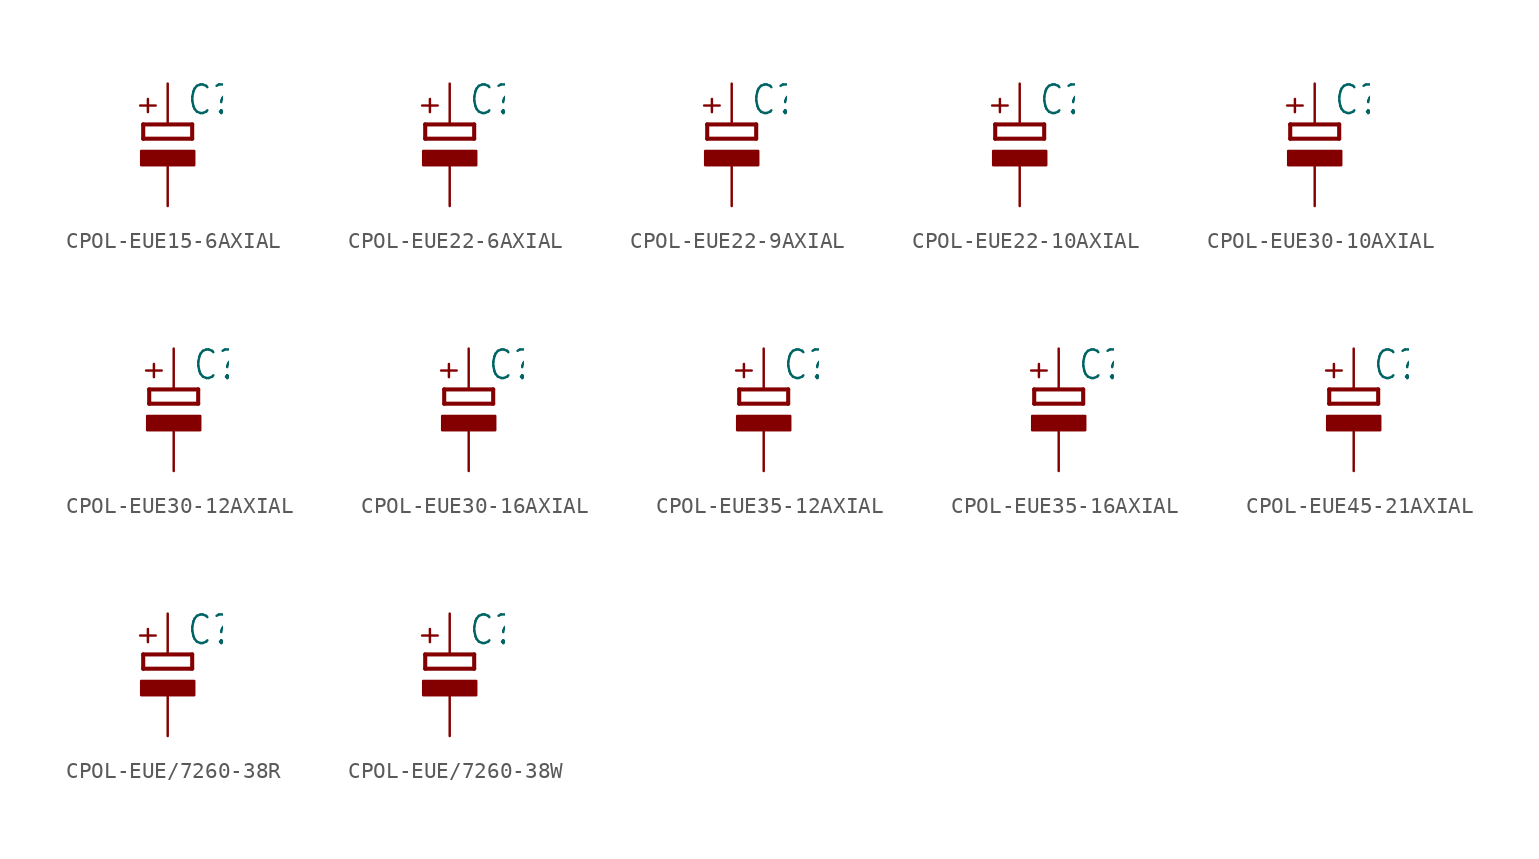
<source format=kicad_sym>
(kicad_symbol_lib
  (version 20231120)
  (generator "kicad_symbol_editor")
  (generator_version "8.99")
  (symbol "CPOL-EUE15-6AXIAL"
    (property "Reference" "C"
      (at 1.143 0.483 0)
      (effects (font (size 1.778 1.511)) (justify left bottom)))
    (property "Value" ""
      (at 1.143 -4.597 0)
      (effects (font (size 1.778 1.511)) (justify left bottom)))
    (property "ki_locked" ""
      (at 0 0 0)
      (effects (font (size 1.27 1.27))))
    (symbol "CPOL-EUE15-6AXIAL_1_0"
      (rectangle (start -1.651 -2.54) (end 1.651 -1.651) (stroke (width 0) (type default)) (fill (type outline)))
      (polyline (pts (xy -1.524 0) (xy 1.524 0)) (stroke (width 0.254) (type solid)) (fill (type none)))
      (polyline (pts (xy -1.524 0) (xy -1.524 -0.889)) (stroke (width 0.254) (type solid)) (fill (type none)))
      (polyline (pts (xy -1.524 -0.889) (xy 1.524 -0.889)) (stroke (width 0.254) (type solid)) (fill (type none)))
      (polyline (pts (xy 1.524 -0.889) (xy 1.524 0)) (stroke (width 0.254) (type solid)) (fill (type none)))
      (text "+" (at -0.584 0.406 900) (effects (font (size 1.27 1.079)) (justify left bottom)))
      (pin passive line (at 0 2.54 270) (length 2.54) (name "+" (effects (font (size 0 0)))) (number "+" (effects (font (size 0 0)))))
      (pin passive line (at 0 -5.08 90) (length 2.54) (name "-" (effects (font (size 0 0)))) (number "-" (effects (font (size 0 0)))))))
  (symbol "CPOL-EUE22-6AXIAL"
    (property "Reference" "C"
      (at 1.143 0.483 0)
      (effects (font (size 1.778 1.511)) (justify left bottom)))
    (property "Value" ""
      (at 1.143 -4.597 0)
      (effects (font (size 1.778 1.511)) (justify left bottom)))
    (property "ki_locked" ""
      (at 0 0 0)
      (effects (font (size 1.27 1.27))))
    (symbol "CPOL-EUE22-6AXIAL_1_0"
      (rectangle (start -1.651 -2.54) (end 1.651 -1.651) (stroke (width 0) (type default)) (fill (type outline)))
      (polyline (pts (xy -1.524 0) (xy 1.524 0)) (stroke (width 0.254) (type solid)) (fill (type none)))
      (polyline (pts (xy -1.524 0) (xy -1.524 -0.889)) (stroke (width 0.254) (type solid)) (fill (type none)))
      (polyline (pts (xy -1.524 -0.889) (xy 1.524 -0.889)) (stroke (width 0.254) (type solid)) (fill (type none)))
      (polyline (pts (xy 1.524 -0.889) (xy 1.524 0)) (stroke (width 0.254) (type solid)) (fill (type none)))
      (text "+" (at -0.584 0.406 900) (effects (font (size 1.27 1.079)) (justify left bottom)))
      (pin passive line (at 0 2.54 270) (length 2.54) (name "+" (effects (font (size 0 0)))) (number "+" (effects (font (size 0 0)))))
      (pin passive line (at 0 -5.08 90) (length 2.54) (name "-" (effects (font (size 0 0)))) (number "-" (effects (font (size 0 0)))))))
  (symbol "CPOL-EUE22-9AXIAL"
    (property "Reference" "C"
      (at 1.143 0.483 0)
      (effects (font (size 1.778 1.511)) (justify left bottom)))
    (property "Value" ""
      (at 1.143 -4.597 0)
      (effects (font (size 1.778 1.511)) (justify left bottom)))
    (property "ki_locked" ""
      (at 0 0 0)
      (effects (font (size 1.27 1.27))))
    (symbol "CPOL-EUE22-9AXIAL_1_0"
      (rectangle (start -1.651 -2.54) (end 1.651 -1.651) (stroke (width 0) (type default)) (fill (type outline)))
      (polyline (pts (xy -1.524 0) (xy 1.524 0)) (stroke (width 0.254) (type solid)) (fill (type none)))
      (polyline (pts (xy -1.524 0) (xy -1.524 -0.889)) (stroke (width 0.254) (type solid)) (fill (type none)))
      (polyline (pts (xy -1.524 -0.889) (xy 1.524 -0.889)) (stroke (width 0.254) (type solid)) (fill (type none)))
      (polyline (pts (xy 1.524 -0.889) (xy 1.524 0)) (stroke (width 0.254) (type solid)) (fill (type none)))
      (text "+" (at -0.584 0.406 900) (effects (font (size 1.27 1.079)) (justify left bottom)))
      (pin passive line (at 0 2.54 270) (length 2.54) (name "+" (effects (font (size 0 0)))) (number "+" (effects (font (size 0 0)))))
      (pin passive line (at 0 -5.08 90) (length 2.54) (name "-" (effects (font (size 0 0)))) (number "-" (effects (font (size 0 0)))))))
  (symbol "CPOL-EUE22-10AXIAL"
    (property "Reference" "C"
      (at 1.143 0.483 0)
      (effects (font (size 1.778 1.511)) (justify left bottom)))
    (property "Value" ""
      (at 1.143 -4.597 0)
      (effects (font (size 1.778 1.511)) (justify left bottom)))
    (property "ki_locked" ""
      (at 0 0 0)
      (effects (font (size 1.27 1.27))))
    (symbol "CPOL-EUE22-10AXIAL_1_0"
      (rectangle (start -1.651 -2.54) (end 1.651 -1.651) (stroke (width 0) (type default)) (fill (type outline)))
      (polyline (pts (xy -1.524 0) (xy 1.524 0)) (stroke (width 0.254) (type solid)) (fill (type none)))
      (polyline (pts (xy -1.524 0) (xy -1.524 -0.889)) (stroke (width 0.254) (type solid)) (fill (type none)))
      (polyline (pts (xy -1.524 -0.889) (xy 1.524 -0.889)) (stroke (width 0.254) (type solid)) (fill (type none)))
      (polyline (pts (xy 1.524 -0.889) (xy 1.524 0)) (stroke (width 0.254) (type solid)) (fill (type none)))
      (text "+" (at -0.584 0.406 900) (effects (font (size 1.27 1.079)) (justify left bottom)))
      (pin passive line (at 0 2.54 270) (length 2.54) (name "+" (effects (font (size 0 0)))) (number "+" (effects (font (size 0 0)))))
      (pin passive line (at 0 -5.08 90) (length 2.54) (name "-" (effects (font (size 0 0)))) (number "-" (effects (font (size 0 0)))))))
  (symbol "CPOL-EUE30-10AXIAL"
    (property "Reference" "C"
      (at 1.143 0.483 0)
      (effects (font (size 1.778 1.511)) (justify left bottom)))
    (property "Value" ""
      (at 1.143 -4.597 0)
      (effects (font (size 1.778 1.511)) (justify left bottom)))
    (property "ki_locked" ""
      (at 0 0 0)
      (effects (font (size 1.27 1.27))))
    (symbol "CPOL-EUE30-10AXIAL_1_0"
      (rectangle (start -1.651 -2.54) (end 1.651 -1.651) (stroke (width 0) (type default)) (fill (type outline)))
      (polyline (pts (xy -1.524 0) (xy 1.524 0)) (stroke (width 0.254) (type solid)) (fill (type none)))
      (polyline (pts (xy -1.524 0) (xy -1.524 -0.889)) (stroke (width 0.254) (type solid)) (fill (type none)))
      (polyline (pts (xy -1.524 -0.889) (xy 1.524 -0.889)) (stroke (width 0.254) (type solid)) (fill (type none)))
      (polyline (pts (xy 1.524 -0.889) (xy 1.524 0)) (stroke (width 0.254) (type solid)) (fill (type none)))
      (text "+" (at -0.584 0.406 900) (effects (font (size 1.27 1.079)) (justify left bottom)))
      (pin passive line (at 0 2.54 270) (length 2.54) (name "+" (effects (font (size 0 0)))) (number "+" (effects (font (size 0 0)))))
      (pin passive line (at 0 -5.08 90) (length 2.54) (name "-" (effects (font (size 0 0)))) (number "-" (effects (font (size 0 0)))))))
  (symbol "CPOL-EUE30-12AXIAL"
    (property "Reference" "C"
      (at 1.143 0.483 0)
      (effects (font (size 1.778 1.511)) (justify left bottom)))
    (property "Value" ""
      (at 1.143 -4.597 0)
      (effects (font (size 1.778 1.511)) (justify left bottom)))
    (property "ki_locked" ""
      (at 0 0 0)
      (effects (font (size 1.27 1.27))))
    (symbol "CPOL-EUE30-12AXIAL_1_0"
      (rectangle (start -1.651 -2.54) (end 1.651 -1.651) (stroke (width 0) (type default)) (fill (type outline)))
      (polyline (pts (xy -1.524 0) (xy 1.524 0)) (stroke (width 0.254) (type solid)) (fill (type none)))
      (polyline (pts (xy -1.524 0) (xy -1.524 -0.889)) (stroke (width 0.254) (type solid)) (fill (type none)))
      (polyline (pts (xy -1.524 -0.889) (xy 1.524 -0.889)) (stroke (width 0.254) (type solid)) (fill (type none)))
      (polyline (pts (xy 1.524 -0.889) (xy 1.524 0)) (stroke (width 0.254) (type solid)) (fill (type none)))
      (text "+" (at -0.584 0.406 900) (effects (font (size 1.27 1.079)) (justify left bottom)))
      (pin passive line (at 0 2.54 270) (length 2.54) (name "+" (effects (font (size 0 0)))) (number "+" (effects (font (size 0 0)))))
      (pin passive line (at 0 -5.08 90) (length 2.54) (name "-" (effects (font (size 0 0)))) (number "-" (effects (font (size 0 0)))))))
  (symbol "CPOL-EUE30-16AXIAL"
    (property "Reference" "C"
      (at 1.143 0.483 0)
      (effects (font (size 1.778 1.511)) (justify left bottom)))
    (property "Value" ""
      (at 1.143 -4.597 0)
      (effects (font (size 1.778 1.511)) (justify left bottom)))
    (property "ki_locked" ""
      (at 0 0 0)
      (effects (font (size 1.27 1.27))))
    (symbol "CPOL-EUE30-16AXIAL_1_0"
      (rectangle (start -1.651 -2.54) (end 1.651 -1.651) (stroke (width 0) (type default)) (fill (type outline)))
      (polyline (pts (xy -1.524 0) (xy 1.524 0)) (stroke (width 0.254) (type solid)) (fill (type none)))
      (polyline (pts (xy -1.524 0) (xy -1.524 -0.889)) (stroke (width 0.254) (type solid)) (fill (type none)))
      (polyline (pts (xy -1.524 -0.889) (xy 1.524 -0.889)) (stroke (width 0.254) (type solid)) (fill (type none)))
      (polyline (pts (xy 1.524 -0.889) (xy 1.524 0)) (stroke (width 0.254) (type solid)) (fill (type none)))
      (text "+" (at -0.584 0.406 900) (effects (font (size 1.27 1.079)) (justify left bottom)))
      (pin passive line (at 0 2.54 270) (length 2.54) (name "+" (effects (font (size 0 0)))) (number "+" (effects (font (size 0 0)))))
      (pin passive line (at 0 -5.08 90) (length 2.54) (name "-" (effects (font (size 0 0)))) (number "-" (effects (font (size 0 0)))))))
  (symbol "CPOL-EUE35-12AXIAL"
    (property "Reference" "C"
      (at 1.143 0.483 0)
      (effects (font (size 1.778 1.511)) (justify left bottom)))
    (property "Value" ""
      (at 1.143 -4.597 0)
      (effects (font (size 1.778 1.511)) (justify left bottom)))
    (property "ki_locked" ""
      (at 0 0 0)
      (effects (font (size 1.27 1.27))))
    (symbol "CPOL-EUE35-12AXIAL_1_0"
      (rectangle (start -1.651 -2.54) (end 1.651 -1.651) (stroke (width 0) (type default)) (fill (type outline)))
      (polyline (pts (xy -1.524 0) (xy 1.524 0)) (stroke (width 0.254) (type solid)) (fill (type none)))
      (polyline (pts (xy -1.524 0) (xy -1.524 -0.889)) (stroke (width 0.254) (type solid)) (fill (type none)))
      (polyline (pts (xy -1.524 -0.889) (xy 1.524 -0.889)) (stroke (width 0.254) (type solid)) (fill (type none)))
      (polyline (pts (xy 1.524 -0.889) (xy 1.524 0)) (stroke (width 0.254) (type solid)) (fill (type none)))
      (text "+" (at -0.584 0.406 900) (effects (font (size 1.27 1.079)) (justify left bottom)))
      (pin passive line (at 0 2.54 270) (length 2.54) (name "+" (effects (font (size 0 0)))) (number "+" (effects (font (size 0 0)))))
      (pin passive line (at 0 -5.08 90) (length 2.54) (name "-" (effects (font (size 0 0)))) (number "-" (effects (font (size 0 0)))))))
  (symbol "CPOL-EUE35-16AXIAL"
    (property "Reference" "C"
      (at 1.143 0.483 0)
      (effects (font (size 1.778 1.511)) (justify left bottom)))
    (property "Value" ""
      (at 1.143 -4.597 0)
      (effects (font (size 1.778 1.511)) (justify left bottom)))
    (property "ki_locked" ""
      (at 0 0 0)
      (effects (font (size 1.27 1.27))))
    (symbol "CPOL-EUE35-16AXIAL_1_0"
      (rectangle (start -1.651 -2.54) (end 1.651 -1.651) (stroke (width 0) (type default)) (fill (type outline)))
      (polyline (pts (xy -1.524 0) (xy 1.524 0)) (stroke (width 0.254) (type solid)) (fill (type none)))
      (polyline (pts (xy -1.524 0) (xy -1.524 -0.889)) (stroke (width 0.254) (type solid)) (fill (type none)))
      (polyline (pts (xy -1.524 -0.889) (xy 1.524 -0.889)) (stroke (width 0.254) (type solid)) (fill (type none)))
      (polyline (pts (xy 1.524 -0.889) (xy 1.524 0)) (stroke (width 0.254) (type solid)) (fill (type none)))
      (text "+" (at -0.584 0.406 900) (effects (font (size 1.27 1.079)) (justify left bottom)))
      (pin passive line (at 0 2.54 270) (length 2.54) (name "+" (effects (font (size 0 0)))) (number "+" (effects (font (size 0 0)))))
      (pin passive line (at 0 -5.08 90) (length 2.54) (name "-" (effects (font (size 0 0)))) (number "-" (effects (font (size 0 0)))))))
  (symbol "CPOL-EUE45-21AXIAL"
    (property "Reference" "C"
      (at 1.143 0.483 0)
      (effects (font (size 1.778 1.511)) (justify left bottom)))
    (property "Value" ""
      (at 1.143 -4.597 0)
      (effects (font (size 1.778 1.511)) (justify left bottom)))
    (property "ki_locked" ""
      (at 0 0 0)
      (effects (font (size 1.27 1.27))))
    (symbol "CPOL-EUE45-21AXIAL_1_0"
      (rectangle (start -1.651 -2.54) (end 1.651 -1.651) (stroke (width 0) (type default)) (fill (type outline)))
      (polyline (pts (xy -1.524 0) (xy 1.524 0)) (stroke (width 0.254) (type solid)) (fill (type none)))
      (polyline (pts (xy -1.524 0) (xy -1.524 -0.889)) (stroke (width 0.254) (type solid)) (fill (type none)))
      (polyline (pts (xy -1.524 -0.889) (xy 1.524 -0.889)) (stroke (width 0.254) (type solid)) (fill (type none)))
      (polyline (pts (xy 1.524 -0.889) (xy 1.524 0)) (stroke (width 0.254) (type solid)) (fill (type none)))
      (text "+" (at -0.584 0.406 900) (effects (font (size 1.27 1.079)) (justify left bottom)))
      (pin passive line (at 0 2.54 270) (length 2.54) (name "+" (effects (font (size 0 0)))) (number "+" (effects (font (size 0 0)))))
      (pin passive line (at 0 -5.08 90) (length 2.54) (name "-" (effects (font (size 0 0)))) (number "-" (effects (font (size 0 0)))))))
  (symbol "CPOL-EUE/7260-38R"
    (property "Reference" "C"
      (at 1.143 0.483 0)
      (effects (font (size 1.778 1.511)) (justify left bottom)))
    (property "Value" ""
      (at 1.143 -4.597 0)
      (effects (font (size 1.778 1.511)) (justify left bottom)))
    (property "ki_locked" ""
      (at 0 0 0)
      (effects (font (size 1.27 1.27))))
    (symbol "CPOL-EUE/7260-38R_1_0"
      (rectangle (start -1.651 -2.54) (end 1.651 -1.651) (stroke (width 0) (type default)) (fill (type outline)))
      (polyline (pts (xy -1.524 0) (xy 1.524 0)) (stroke (width 0.254) (type solid)) (fill (type none)))
      (polyline (pts (xy -1.524 0) (xy -1.524 -0.889)) (stroke (width 0.254) (type solid)) (fill (type none)))
      (polyline (pts (xy -1.524 -0.889) (xy 1.524 -0.889)) (stroke (width 0.254) (type solid)) (fill (type none)))
      (polyline (pts (xy 1.524 -0.889) (xy 1.524 0)) (stroke (width 0.254) (type solid)) (fill (type none)))
      (text "+" (at -0.584 0.406 900) (effects (font (size 1.27 1.079)) (justify left bottom)))
      (pin passive line (at 0 2.54 270) (length 2.54) (name "+" (effects (font (size 0 0)))) (number "+" (effects (font (size 0 0)))))
      (pin passive line (at 0 -5.08 90) (length 2.54) (name "-" (effects (font (size 0 0)))) (number "-" (effects (font (size 0 0)))))))
  (symbol "CPOL-EUE/7260-38W"
    (property "Reference" "C"
      (at 1.143 0.483 0)
      (effects (font (size 1.778 1.511)) (justify left bottom)))
    (property "Value" ""
      (at 1.143 -4.597 0)
      (effects (font (size 1.778 1.511)) (justify left bottom)))
    (property "ki_locked" ""
      (at 0 0 0)
      (effects (font (size 1.27 1.27))))
    (symbol "CPOL-EUE/7260-38W_1_0"
      (rectangle (start -1.651 -2.54) (end 1.651 -1.651) (stroke (width 0) (type default)) (fill (type outline)))
      (polyline (pts (xy -1.524 0) (xy 1.524 0)) (stroke (width 0.254) (type solid)) (fill (type none)))
      (polyline (pts (xy -1.524 0) (xy -1.524 -0.889)) (stroke (width 0.254) (type solid)) (fill (type none)))
      (polyline (pts (xy -1.524 -0.889) (xy 1.524 -0.889)) (stroke (width 0.254) (type solid)) (fill (type none)))
      (polyline (pts (xy 1.524 -0.889) (xy 1.524 0)) (stroke (width 0.254) (type solid)) (fill (type none)))
      (text "+" (at -0.584 0.406 900) (effects (font (size 1.27 1.079)) (justify left bottom)))
      (pin passive line (at 0 2.54 270) (length 2.54) (name "+" (effects (font (size 0 0)))) (number "+" (effects (font (size 0 0)))))
      (pin passive line (at 0 -5.08 90) (length 2.54) (name "-" (effects (font (size 0 0)))) (number "-" (effects (font (size 0 0))))))))
</source>
